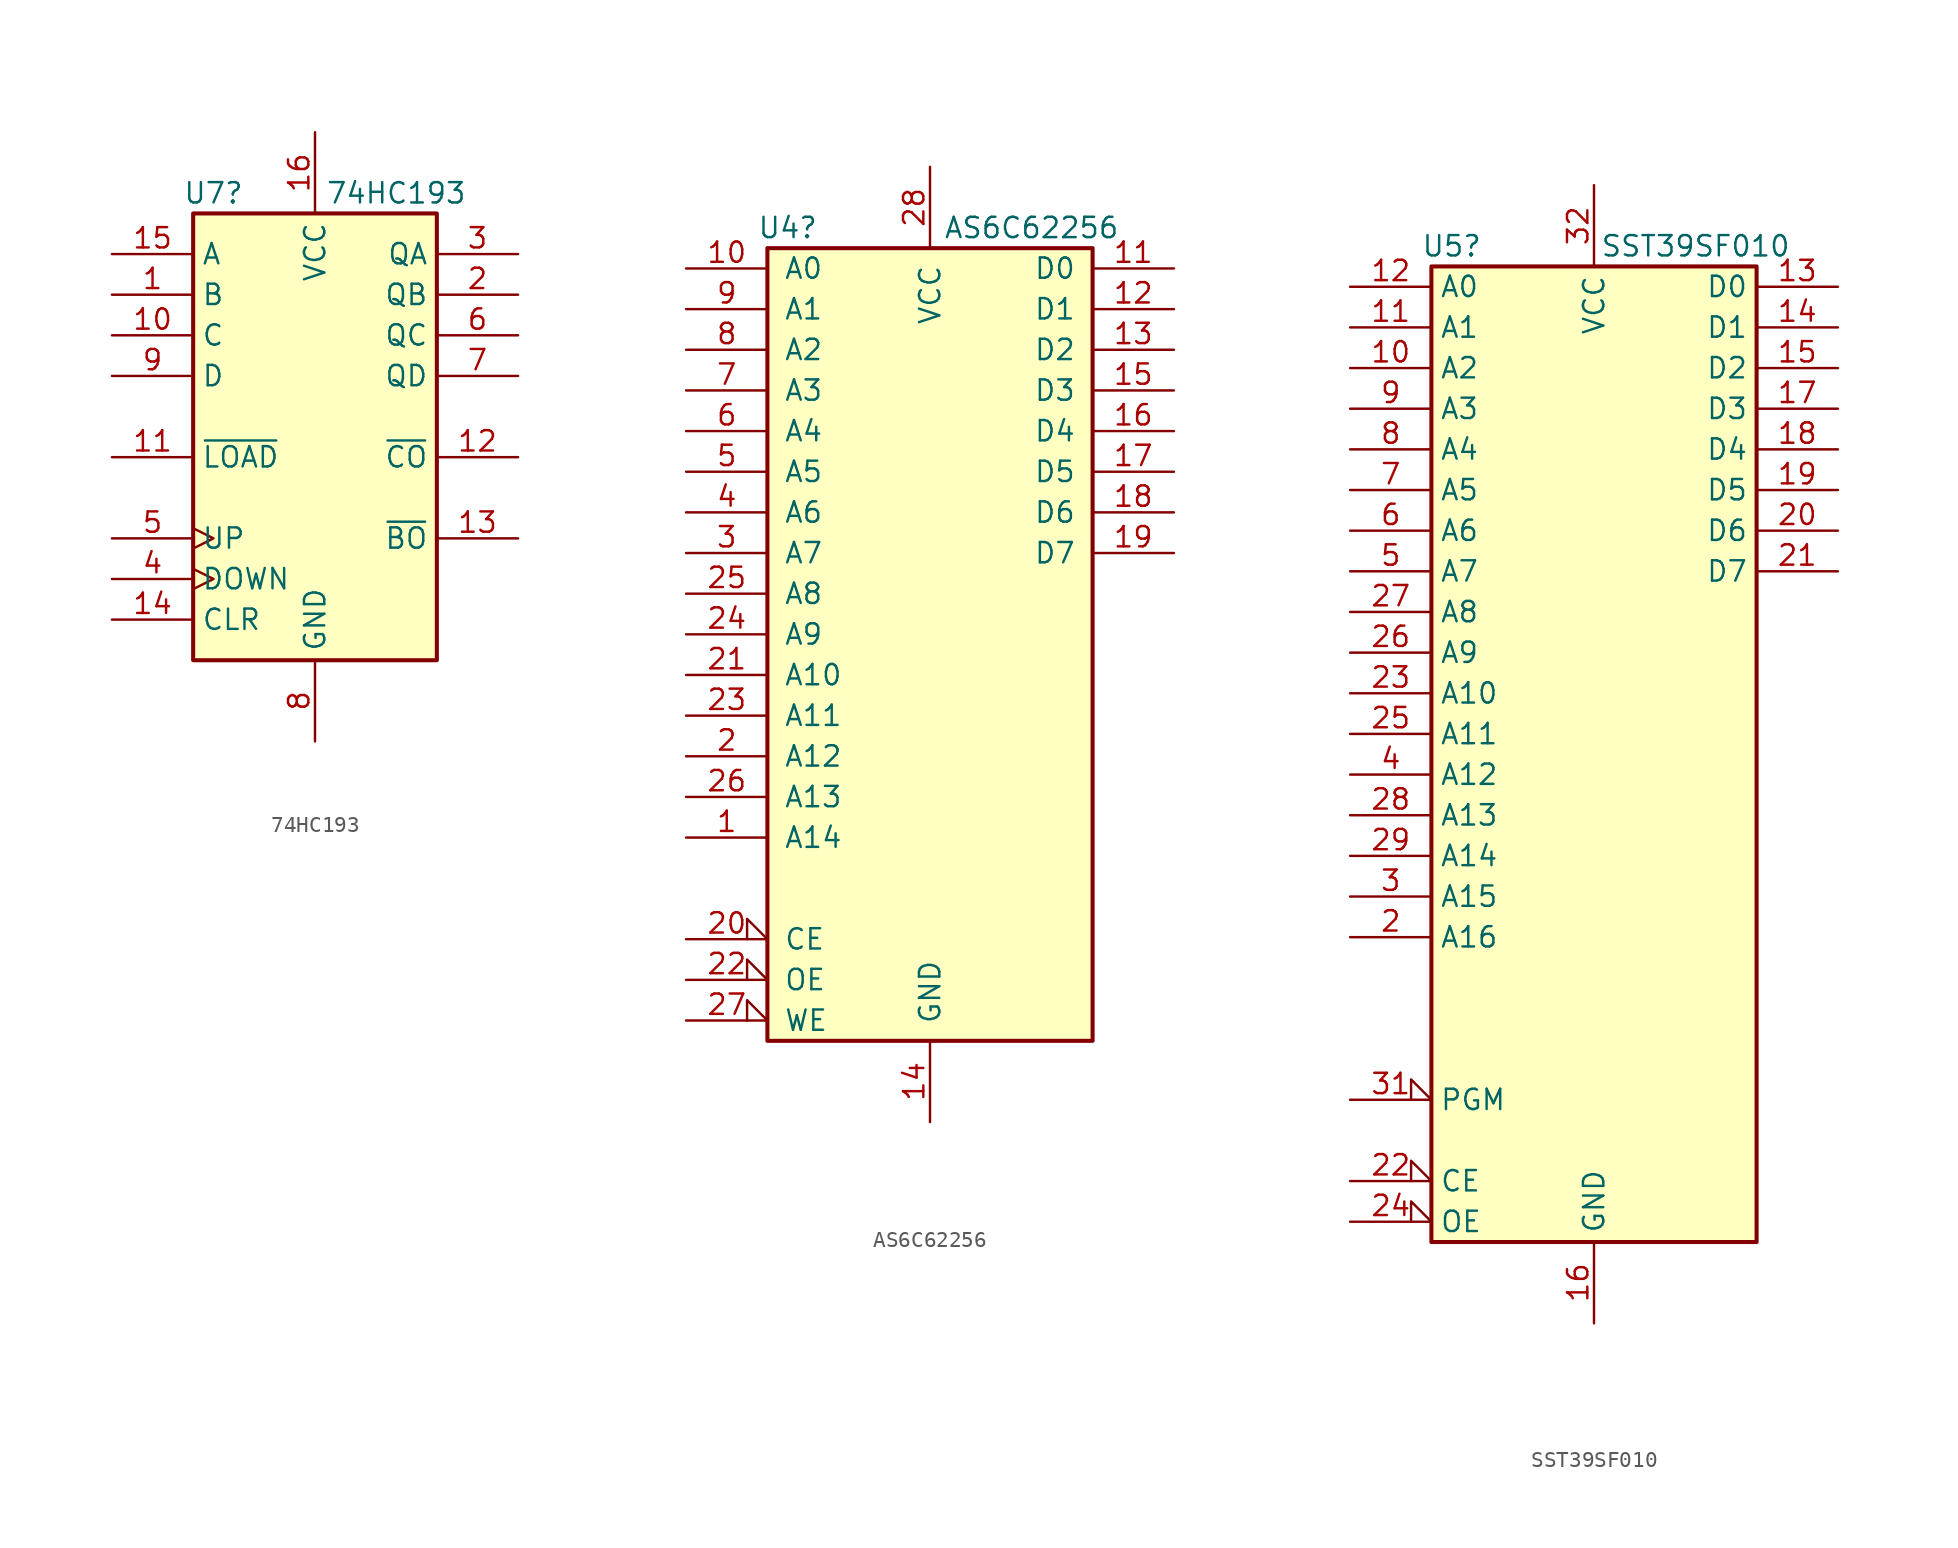
<source format=kicad_sym>
(kicad_symbol_lib
  (version 20231120)
  (generator "kicad_symbol_editor")
  (generator_version "8.0")
  (symbol "74HC193"
    (property "Reference" "U7"
      (at -6.35 13.97 0)
      (effects (font (size 1.27 1.27))))
    (property "Value" "74HC193"
      (at 5.08 13.97 0)
      (effects (font (size 1.27 1.27))))
    (symbol "74HC193_1_0"
      (pin input line (at -12.7 7.62 0) (length 5.08) (name "B" (effects (font (size 1.27 1.27)))) (number "1" (effects (font (size 1.27 1.27)))))
      (pin input line (at -12.7 5.08 0) (length 5.08) (name "C" (effects (font (size 1.27 1.27)))) (number "10" (effects (font (size 1.27 1.27)))))
      (pin input line (at -12.7 -2.54 0) (length 5.08) (name "~{LOAD}" (effects (font (size 1.27 1.27)))) (number "11" (effects (font (size 1.27 1.27)))))
      (pin output line (at 12.7 -2.54 180) (length 5.08) (name "~{CO}" (effects (font (size 1.27 1.27)))) (number "12" (effects (font (size 1.27 1.27)))))
      (pin output line (at 12.7 -7.62 180) (length 5.08) (name "~{BO}" (effects (font (size 1.27 1.27)))) (number "13" (effects (font (size 1.27 1.27)))))
      (pin input line (at -12.7 -12.7 0) (length 5.08) (name "CLR" (effects (font (size 1.27 1.27)))) (number "14" (effects (font (size 1.27 1.27)))))
      (pin input line (at -12.7 10.16 0) (length 5.08) (name "A" (effects (font (size 1.27 1.27)))) (number "15" (effects (font (size 1.27 1.27)))))
      (pin power_in line (at 0 17.78 270) (length 5.08) (name "VCC" (effects (font (size 1.27 1.27)))) (number "16" (effects (font (size 1.27 1.27)))))
      (pin output line (at 12.7 7.62 180) (length 5.08) (name "QB" (effects (font (size 1.27 1.27)))) (number "2" (effects (font (size 1.27 1.27)))))
      (pin output line (at 12.7 10.16 180) (length 5.08) (name "QA" (effects (font (size 1.27 1.27)))) (number "3" (effects (font (size 1.27 1.27)))))
      (pin input clock (at -12.7 -10.16 0) (length 5.08) (name "DOWN" (effects (font (size 1.27 1.27)))) (number "4" (effects (font (size 1.27 1.27)))))
      (pin input clock (at -12.7 -7.62 0) (length 5.08) (name "UP" (effects (font (size 1.27 1.27)))) (number "5" (effects (font (size 1.27 1.27)))))
      (pin output line (at 12.7 5.08 180) (length 5.08) (name "QC" (effects (font (size 1.27 1.27)))) (number "6" (effects (font (size 1.27 1.27)))))
      (pin output line (at 12.7 2.54 180) (length 5.08) (name "QD" (effects (font (size 1.27 1.27)))) (number "7" (effects (font (size 1.27 1.27)))))
      (pin power_in line (at 0 -20.32 90) (length 5.08) (name "GND" (effects (font (size 1.27 1.27)))) (number "8" (effects (font (size 1.27 1.27)))))
      (pin input line (at -12.7 2.54 0) (length 5.08) (name "D" (effects (font (size 1.27 1.27)))) (number "9" (effects (font (size 1.27 1.27))))))
    (symbol "74HC193_1_1"
      (rectangle (start -7.62 12.7) (end 7.62 -15.24) (stroke (width 0.254) (type default)) (fill (type background)))))
  (symbol "AS6C62256"
    (pin_names
      (offset 1.016))
    (property "Reference" "U4"
      (at -8.89 25.4 0)
      (effects (font (size 1.27 1.27))))
    (property "Value" "AS6C62256"
      (at 6.35 25.4 0)
      (effects (font (size 1.27 1.27))))
    (symbol "AS6C62256_1_1"
      (rectangle (start -10.16 24.13) (end 10.16 -25.4) (stroke (width 0.254) (type default)) (fill (type background)))
      (pin input line (at -15.24 -12.7 0) (length 5.08) (name "A14" (effects (font (size 1.27 1.27)))) (number "1" (effects (font (size 1.27 1.27)))))
      (pin input line (at -15.24 22.86 0) (length 5.08) (name "A0" (effects (font (size 1.27 1.27)))) (number "10" (effects (font (size 1.27 1.27)))))
      (pin tri_state line (at 15.24 22.86 180) (length 5.08) (name "D0" (effects (font (size 1.27 1.27)))) (number "11" (effects (font (size 1.27 1.27)))))
      (pin tri_state line (at 15.24 20.32 180) (length 5.08) (name "D1" (effects (font (size 1.27 1.27)))) (number "12" (effects (font (size 1.27 1.27)))))
      (pin tri_state line (at 15.24 17.78 180) (length 5.08) (name "D2" (effects (font (size 1.27 1.27)))) (number "13" (effects (font (size 1.27 1.27)))))
      (pin power_in line (at 0 -30.48 90) (length 5.08) (name "GND" (effects (font (size 1.27 1.27)))) (number "14" (effects (font (size 1.27 1.27)))))
      (pin tri_state line (at 15.24 15.24 180) (length 5.08) (name "D3" (effects (font (size 1.27 1.27)))) (number "15" (effects (font (size 1.27 1.27)))))
      (pin tri_state line (at 15.24 12.7 180) (length 5.08) (name "D4" (effects (font (size 1.27 1.27)))) (number "16" (effects (font (size 1.27 1.27)))))
      (pin tri_state line (at 15.24 10.16 180) (length 5.08) (name "D5" (effects (font (size 1.27 1.27)))) (number "17" (effects (font (size 1.27 1.27)))))
      (pin tri_state line (at 15.24 7.62 180) (length 5.08) (name "D6" (effects (font (size 1.27 1.27)))) (number "18" (effects (font (size 1.27 1.27)))))
      (pin tri_state line (at 15.24 5.08 180) (length 5.08) (name "D7" (effects (font (size 1.27 1.27)))) (number "19" (effects (font (size 1.27 1.27)))))
      (pin input line (at -15.24 -7.62 0) (length 5.08) (name "A12" (effects (font (size 1.27 1.27)))) (number "2" (effects (font (size 1.27 1.27)))))
      (pin input input_low (at -15.24 -19.05 0) (length 5.08) (name "CE" (effects (font (size 1.27 1.27)))) (number "20" (effects (font (size 1.27 1.27)))))
      (pin input line (at -15.24 -2.54 0) (length 5.08) (name "A10" (effects (font (size 1.27 1.27)))) (number "21" (effects (font (size 1.27 1.27)))))
      (pin input input_low (at -15.24 -21.59 0) (length 5.08) (name "OE" (effects (font (size 1.27 1.27)))) (number "22" (effects (font (size 1.27 1.27)))))
      (pin input line (at -15.24 -5.08 0) (length 5.08) (name "A11" (effects (font (size 1.27 1.27)))) (number "23" (effects (font (size 1.27 1.27)))))
      (pin input line (at -15.24 0 0) (length 5.08) (name "A9" (effects (font (size 1.27 1.27)))) (number "24" (effects (font (size 1.27 1.27)))))
      (pin input line (at -15.24 2.54 0) (length 5.08) (name "A8" (effects (font (size 1.27 1.27)))) (number "25" (effects (font (size 1.27 1.27)))))
      (pin input line (at -15.24 -10.16 0) (length 5.08) (name "A13" (effects (font (size 1.27 1.27)))) (number "26" (effects (font (size 1.27 1.27)))))
      (pin input input_low (at -15.24 -24.13 0) (length 5.08) (name "WE" (effects (font (size 1.27 1.27)))) (number "27" (effects (font (size 1.27 1.27)))))
      (pin power_in line (at 0 29.21 270) (length 5.08) (name "VCC" (effects (font (size 1.27 1.27)))) (number "28" (effects (font (size 1.27 1.27)))))
      (pin input line (at -15.24 5.08 0) (length 5.08) (name "A7" (effects (font (size 1.27 1.27)))) (number "3" (effects (font (size 1.27 1.27)))))
      (pin input line (at -15.24 7.62 0) (length 5.08) (name "A6" (effects (font (size 1.27 1.27)))) (number "4" (effects (font (size 1.27 1.27)))))
      (pin input line (at -15.24 10.16 0) (length 5.08) (name "A5" (effects (font (size 1.27 1.27)))) (number "5" (effects (font (size 1.27 1.27)))))
      (pin input line (at -15.24 12.7 0) (length 5.08) (name "A4" (effects (font (size 1.27 1.27)))) (number "6" (effects (font (size 1.27 1.27)))))
      (pin input line (at -15.24 15.24 0) (length 5.08) (name "A3" (effects (font (size 1.27 1.27)))) (number "7" (effects (font (size 1.27 1.27)))))
      (pin input line (at -15.24 17.78 0) (length 5.08) (name "A2" (effects (font (size 1.27 1.27)))) (number "8" (effects (font (size 1.27 1.27)))))
      (pin input line (at -15.24 20.32 0) (length 5.08) (name "A1" (effects (font (size 1.27 1.27)))) (number "9" (effects (font (size 1.27 1.27)))))))
  (symbol "SST39SF010"
    (property "Reference" "U5"
      (at -8.89 33.02 0)
      (effects (font (size 1.27 1.27))))
    (property "Value" "SST39SF010"
      (at 6.35 33.02 0)
      (effects (font (size 1.27 1.27))))
    (symbol "SST39SF010_0_0"
      (pin power_in line (at 0 -34.29 90) (length 5.08) (name "GND" (effects (font (size 1.27 1.27)))) (number "16" (effects (font (size 1.27 1.27)))))
      (pin power_in line (at 0 36.83 270) (length 5.08) (name "VCC" (effects (font (size 1.27 1.27)))) (number "32" (effects (font (size 1.27 1.27))))))
    (symbol "SST39SF010_0_1"
      (rectangle (start -10.16 31.75) (end 10.16 -29.21) (stroke (width 0.254) (type default)) (fill (type background))))
    (symbol "SST39SF010_1_1"
      (pin no_connect line (at -15.24 -15.24 0) (length 5.08) hide (name "NC" (effects (font (size 1.27 1.27)))) (number "1" (effects (font (size 1.27 1.27)))))
      (pin input line (at -15.24 25.4 0) (length 5.08) (name "A2" (effects (font (size 1.27 1.27)))) (number "10" (effects (font (size 1.27 1.27)))))
      (pin input line (at -15.24 27.94 0) (length 5.08) (name "A1" (effects (font (size 1.27 1.27)))) (number "11" (effects (font (size 1.27 1.27)))))
      (pin input line (at -15.24 30.48 0) (length 5.08) (name "A0" (effects (font (size 1.27 1.27)))) (number "12" (effects (font (size 1.27 1.27)))))
      (pin tri_state line (at 15.24 30.48 180) (length 5.08) (name "D0" (effects (font (size 1.27 1.27)))) (number "13" (effects (font (size 1.27 1.27)))))
      (pin tri_state line (at 15.24 27.94 180) (length 5.08) (name "D1" (effects (font (size 1.27 1.27)))) (number "14" (effects (font (size 1.27 1.27)))))
      (pin tri_state line (at 15.24 25.4 180) (length 5.08) (name "D2" (effects (font (size 1.27 1.27)))) (number "15" (effects (font (size 1.27 1.27)))))
      (pin tri_state line (at 15.24 22.86 180) (length 5.08) (name "D3" (effects (font (size 1.27 1.27)))) (number "17" (effects (font (size 1.27 1.27)))))
      (pin tri_state line (at 15.24 20.32 180) (length 5.08) (name "D4" (effects (font (size 1.27 1.27)))) (number "18" (effects (font (size 1.27 1.27)))))
      (pin tri_state line (at 15.24 17.78 180) (length 5.08) (name "D5" (effects (font (size 1.27 1.27)))) (number "19" (effects (font (size 1.27 1.27)))))
      (pin input line (at -15.24 -10.16 0) (length 5.08) (name "A16" (effects (font (size 1.27 1.27)))) (number "2" (effects (font (size 1.27 1.27)))))
      (pin tri_state line (at 15.24 15.24 180) (length 5.08) (name "D6" (effects (font (size 1.27 1.27)))) (number "20" (effects (font (size 1.27 1.27)))))
      (pin tri_state line (at 15.24 12.7 180) (length 5.08) (name "D7" (effects (font (size 1.27 1.27)))) (number "21" (effects (font (size 1.27 1.27)))))
      (pin input input_low (at -15.24 -25.4 0) (length 5.08) (name "CE" (effects (font (size 1.27 1.27)))) (number "22" (effects (font (size 1.27 1.27)))))
      (pin input line (at -15.24 5.08 0) (length 5.08) (name "A10" (effects (font (size 1.27 1.27)))) (number "23" (effects (font (size 1.27 1.27)))))
      (pin input input_low (at -15.24 -27.94 0) (length 5.08) (name "OE" (effects (font (size 1.27 1.27)))) (number "24" (effects (font (size 1.27 1.27)))))
      (pin input line (at -15.24 2.54 0) (length 5.08) (name "A11" (effects (font (size 1.27 1.27)))) (number "25" (effects (font (size 1.27 1.27)))))
      (pin input line (at -15.24 7.62 0) (length 5.08) (name "A9" (effects (font (size 1.27 1.27)))) (number "26" (effects (font (size 1.27 1.27)))))
      (pin input line (at -15.24 10.16 0) (length 5.08) (name "A8" (effects (font (size 1.27 1.27)))) (number "27" (effects (font (size 1.27 1.27)))))
      (pin input line (at -15.24 -2.54 0) (length 5.08) (name "A13" (effects (font (size 1.27 1.27)))) (number "28" (effects (font (size 1.27 1.27)))))
      (pin input line (at -15.24 -5.08 0) (length 5.08) (name "A14" (effects (font (size 1.27 1.27)))) (number "29" (effects (font (size 1.27 1.27)))))
      (pin input line (at -15.24 -7.62 0) (length 5.08) (name "A15" (effects (font (size 1.27 1.27)))) (number "3" (effects (font (size 1.27 1.27)))))
      (pin no_connect line (at -15.24 -12.7 0) (length 5.08) hide (name "NC" (effects (font (size 1.27 1.27)))) (number "30" (effects (font (size 1.27 1.27)))))
      (pin input input_low (at -15.24 -20.32 0) (length 5.08) (name "PGM" (effects (font (size 1.27 1.27)))) (number "31" (effects (font (size 1.27 1.27)))))
      (pin input line (at -15.24 0 0) (length 5.08) (name "A12" (effects (font (size 1.27 1.27)))) (number "4" (effects (font (size 1.27 1.27)))))
      (pin input line (at -15.24 12.7 0) (length 5.08) (name "A7" (effects (font (size 1.27 1.27)))) (number "5" (effects (font (size 1.27 1.27)))))
      (pin input line (at -15.24 15.24 0) (length 5.08) (name "A6" (effects (font (size 1.27 1.27)))) (number "6" (effects (font (size 1.27 1.27)))))
      (pin input line (at -15.24 17.78 0) (length 5.08) (name "A5" (effects (font (size 1.27 1.27)))) (number "7" (effects (font (size 1.27 1.27)))))
      (pin input line (at -15.24 20.32 0) (length 5.08) (name "A4" (effects (font (size 1.27 1.27)))) (number "8" (effects (font (size 1.27 1.27)))))
      (pin input line (at -15.24 22.86 0) (length 5.08) (name "A3" (effects (font (size 1.27 1.27)))) (number "9" (effects (font (size 1.27 1.27))))))))
</source>
